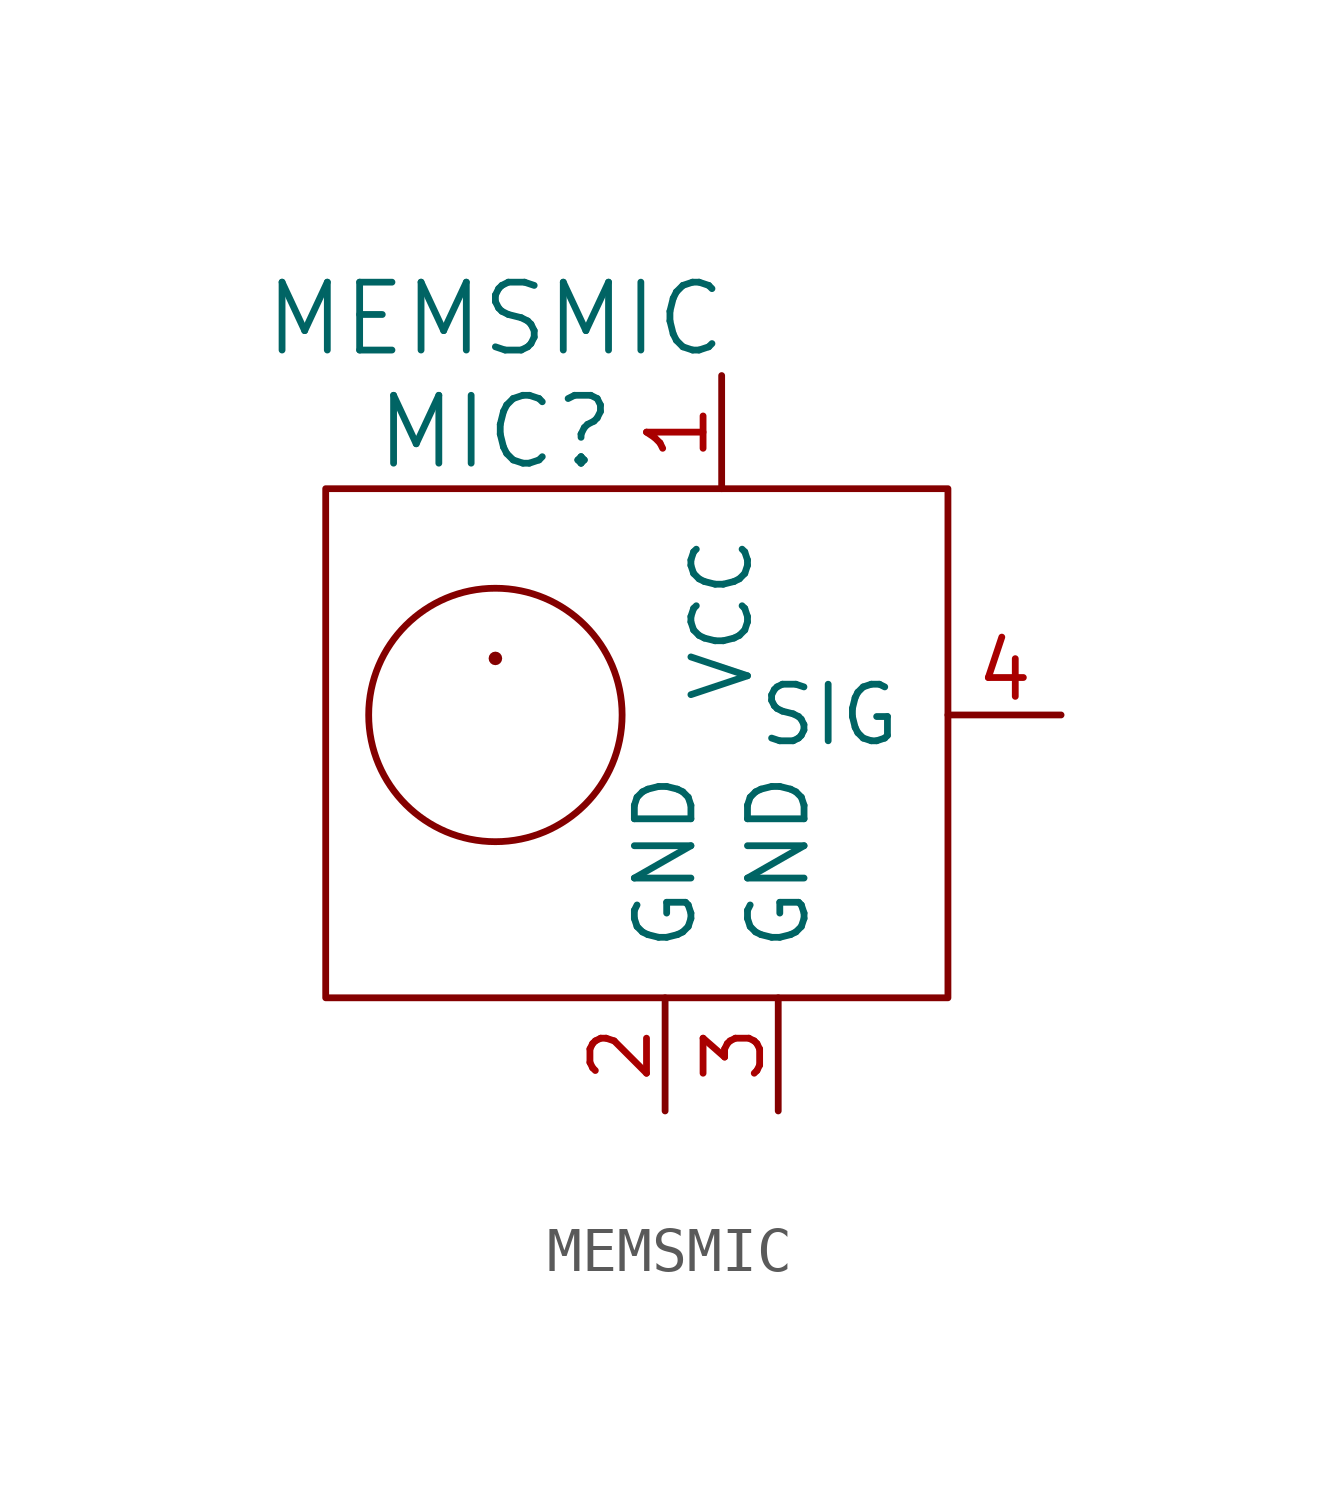
<source format=kicad_sym>
(kicad_symbol_lib
  (version 20231120)
  (generator "kicad_symbol_editor")
  (generator_version "8.0")
  (symbol "MEMSMIC"
    (pin_names
      (offset 1.016))
    (property "Reference" "MIC"
      (at 0 5.08 0)
      (effects (font (size 1.524 1.524))))
    (property "Value" "MEMSMIC"
      (at 0 7.62 0)
      (effects (font (size 1.524 1.524))))
    (property "Footprint" ""
      (at 0 0 0)
      (effects (font (size 1.524 1.524))))
    (property "Datasheet" ""
      (at 0 0 0)
      (effects (font (size 1.524 1.524))))
    (symbol "MEMSMIC_0_1"
      (circle (center 0 -1.27) (radius 2.845) (stroke (width 0) (type solid)) (fill (type none)))
      (circle (center 0 0) (radius 0.0001) (stroke (width 0) (type solid)) (fill (type none))))
    (symbol "MEMSMIC_1_1"
      (rectangle (start -3.81 -7.62) (end 10.16 3.81) (stroke (width 0) (type solid)) (fill (type none)))
      (pin power_in line (at 5.08 6.35 270) (length 2.54) (name "VCC" (effects (font (size 1.27 1.27)))) (number "1" (effects (font (size 1.27 1.27)))))
      (pin power_in line (at 3.81 -10.16 90) (length 2.54) (name "GND" (effects (font (size 1.27 1.27)))) (number "2" (effects (font (size 1.27 1.27)))))
      (pin power_in line (at 6.35 -10.16 90) (length 2.54) (name "GND" (effects (font (size 1.27 1.27)))) (number "3" (effects (font (size 1.27 1.27)))))
      (pin output line (at 12.7 -1.27 180) (length 2.54) (name "SIG" (effects (font (size 1.27 1.27)))) (number "4" (effects (font (size 1.27 1.27))))))))
</source>
